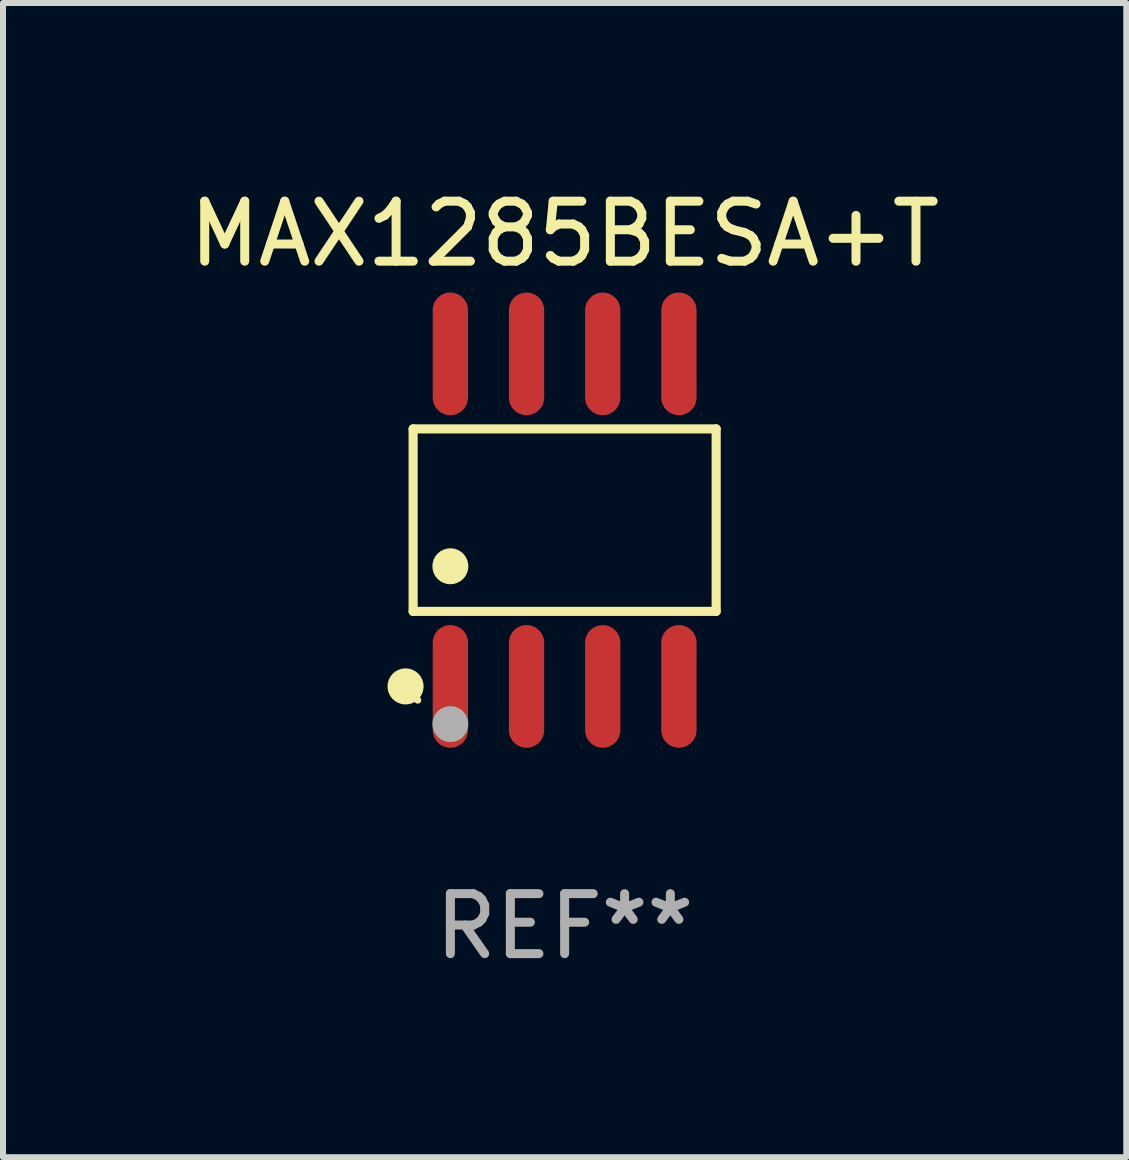
<source format=kicad_pcb>
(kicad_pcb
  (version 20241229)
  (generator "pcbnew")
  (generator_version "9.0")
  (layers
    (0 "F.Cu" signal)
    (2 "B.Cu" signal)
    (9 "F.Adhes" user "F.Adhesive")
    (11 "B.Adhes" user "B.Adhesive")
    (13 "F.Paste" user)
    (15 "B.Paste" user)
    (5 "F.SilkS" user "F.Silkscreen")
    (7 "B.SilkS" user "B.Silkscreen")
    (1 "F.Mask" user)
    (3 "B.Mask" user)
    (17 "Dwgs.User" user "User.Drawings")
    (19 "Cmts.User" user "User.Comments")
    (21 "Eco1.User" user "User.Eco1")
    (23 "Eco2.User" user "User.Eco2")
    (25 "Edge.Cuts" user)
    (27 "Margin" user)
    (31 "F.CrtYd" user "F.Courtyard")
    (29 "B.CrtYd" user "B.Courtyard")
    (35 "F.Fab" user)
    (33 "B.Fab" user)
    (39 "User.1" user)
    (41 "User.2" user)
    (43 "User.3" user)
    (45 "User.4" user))
  (footprint "MAX1285BESA+T"
    (layer "F.Cu")
    (at 6.363 5.621)
    (property "Reference" "MAX1285BESA+T" (at 0 -4.772 0) (layer "F.SilkS") (effects (font (size 1 1) (thickness 0.15))))
    (attr through_hole)
    (fp_line (start -2.526 -1.521) (end 2.526 -1.521) (stroke (width 0.152) (type solid)) (layer "F.SilkS"))
    (fp_line (start -2.526 1.521) (end -2.526 -1.521) (stroke (width 0.152) (type solid)) (layer "F.SilkS"))
    (fp_line (start 2.526 -1.521) (end 2.526 1.521) (stroke (width 0.152) (type solid)) (layer "F.SilkS"))
    (fp_line (start 2.526 1.521) (end -2.526 1.521) (stroke (width 0.152) (type solid)) (layer "F.SilkS"))
    (fp_circle (center -2.652 2.772) (end -2.501 2.772) (stroke (width 0.3) (type solid)) (fill no) (layer "F.SilkS"))
    (fp_circle (center -2.45 3) (end -2.42 3) (stroke (width 0.06) (type solid)) (fill no) (layer "F.SilkS"))
    (fp_circle (center -1.905 0.769) (end -1.755 0.769) (stroke (width 0.3) (type solid)) (fill no) (layer "F.SilkS"))
    (fp_circle (center -1.905 3.4) (end -1.755 3.4) (stroke (width 0.3) (type solid)) (fill no) (layer "F.Fab"))
    (fp_text user "REF**" (at 0 6.772 0) (layer "F.Fab") (effects (font (size 1 1) (thickness 0.15))))
    (pad "1" smd oval (at -1.905 2.772) (size 0.588 2.045) (layers "F.Cu" "F.Mask" "F.Paste"))
    (pad "2" smd oval (at -0.635 2.772) (size 0.588 2.045) (layers "F.Cu" "F.Mask" "F.Paste"))
    (pad "3" smd oval (at 0.635 2.772) (size 0.588 2.045) (layers "F.Cu" "F.Mask" "F.Paste"))
    (pad "4" smd oval (at 1.905 2.772) (size 0.588 2.045) (layers "F.Cu" "F.Mask" "F.Paste"))
    (pad "5" smd oval (at 1.905 -2.772) (size 0.588 2.045) (layers "F.Cu" "F.Mask" "F.Paste"))
    (pad "6" smd oval (at 0.635 -2.772) (size 0.588 2.045) (layers "F.Cu" "F.Mask" "F.Paste"))
    (pad "7" smd oval (at -0.635 -2.772) (size 0.588 2.045) (layers "F.Cu" "F.Mask" "F.Paste"))
    (pad "8" smd oval (at -1.905 -2.772) (size 0.588 2.045) (layers "F.Cu" "F.Mask" "F.Paste")))
  (gr_rect
    (start -3 -3)
    (end 15.726 16.241)
    (stroke (width 0.1) (type default))
    (fill no)
    (layer "Edge.Cuts")))
</source>
